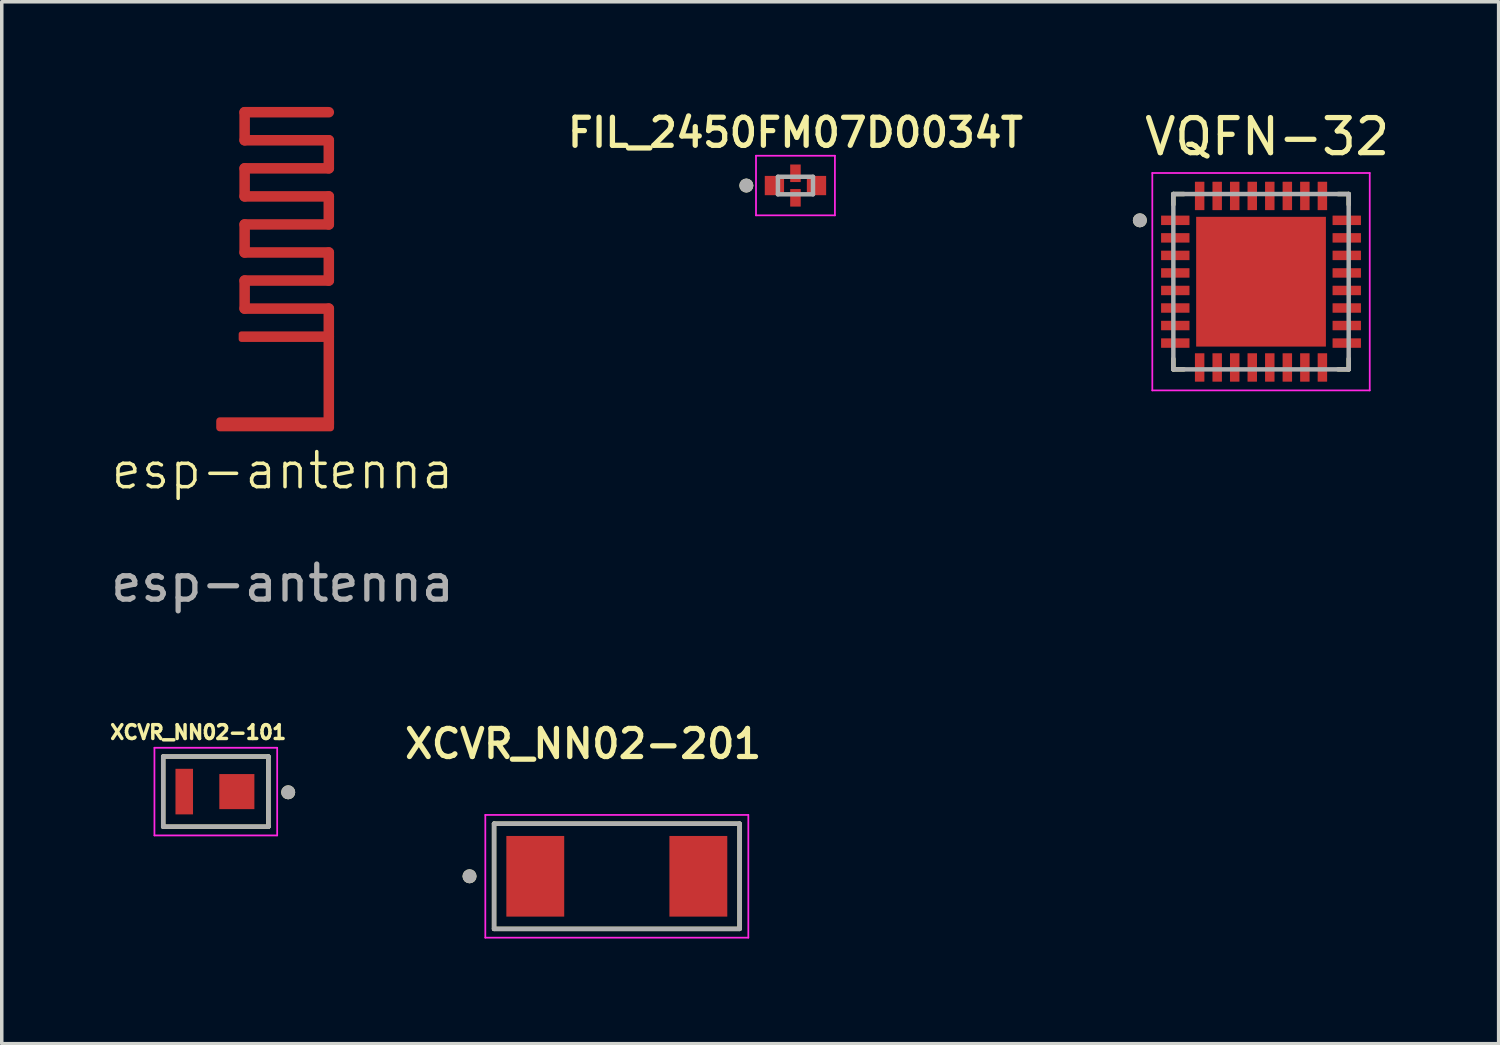
<source format=kicad_pcb>
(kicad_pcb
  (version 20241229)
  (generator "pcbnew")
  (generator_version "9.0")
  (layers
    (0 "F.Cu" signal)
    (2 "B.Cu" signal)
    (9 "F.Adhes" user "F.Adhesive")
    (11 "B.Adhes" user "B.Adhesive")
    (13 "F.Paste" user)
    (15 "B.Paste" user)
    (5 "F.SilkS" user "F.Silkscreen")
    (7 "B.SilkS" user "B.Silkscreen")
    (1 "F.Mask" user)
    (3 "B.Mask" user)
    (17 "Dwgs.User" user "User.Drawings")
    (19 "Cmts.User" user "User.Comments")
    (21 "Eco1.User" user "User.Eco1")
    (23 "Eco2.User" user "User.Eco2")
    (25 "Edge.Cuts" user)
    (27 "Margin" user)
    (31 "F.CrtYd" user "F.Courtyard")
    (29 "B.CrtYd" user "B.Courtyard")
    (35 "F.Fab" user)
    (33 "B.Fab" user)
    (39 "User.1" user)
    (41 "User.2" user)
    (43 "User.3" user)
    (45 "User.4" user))
  (footprint "FIL_2450FM07D0034T"
    (layer "F.Cu")
    (at 19.633 2.241)
    (property "Reference" "FIL_2450FM07D0034T" (at 0 -1.51 0) (layer "F.SilkS") (effects (font (size 0.8 0.8) (thickness 0.15))))
    (attr smd)
    (fp_circle (center -1.4 0) (end -1.3 0) (stroke (width 0.2) (type solid)) (fill no) (layer "F.SilkS"))
    (fp_line (start -1.125 -0.85) (end -1.125 0.85) (stroke (width 0.05) (type solid)) (layer "F.CrtYd"))
    (fp_line (start -1.125 0.85) (end 1.125 0.85) (stroke (width 0.05) (type solid)) (layer "F.CrtYd"))
    (fp_line (start 1.125 -0.85) (end -1.125 -0.85) (stroke (width 0.05) (type solid)) (layer "F.CrtYd"))
    (fp_line (start 1.125 0.85) (end 1.125 -0.85) (stroke (width 0.05) (type solid)) (layer "F.CrtYd"))
    (fp_line (start -0.5 -0.25) (end -0.5 0.25) (stroke (width 0.127) (type solid)) (layer "F.Fab"))
    (fp_line (start -0.5 0.25) (end 0.5 0.25) (stroke (width 0.127) (type solid)) (layer "F.Fab"))
    (fp_line (start 0.5 -0.25) (end -0.5 -0.25) (stroke (width 0.127) (type solid)) (layer "F.Fab"))
    (fp_line (start 0.5 0.25) (end 0.5 -0.25) (stroke (width 0.127) (type solid)) (layer "F.Fab"))
    (fp_circle (center -1.4 0) (end -1.3 0) (stroke (width 0.2) (type solid)) (fill no) (layer "F.Fab"))
    (pad "1" smd rect (at -0.6 0) (size 0.55 0.55) (layers "F.Cu" "F.Mask" "F.Paste"))
    (pad "2" smd rect (at 0 0.35) (size 0.3 0.5) (layers "F.Cu" "F.Mask" "F.Paste"))
    (pad "3" smd rect (at 0.6 0) (size 0.55 0.55) (layers "F.Cu" "F.Mask" "F.Paste"))
    (pad "4" smd rect (at 0 -0.35) (size 0.3 0.5) (layers "F.Cu" "F.Mask" "F.Paste")))
  (footprint "esp-antenna"
    (layer "F.Cu")
    (at 4.986 4.57)
    (property "Reference" "esp-antenna" (at 0.02 5.8 0) (unlocked yes) (layer "F.SilkS") (effects (font (size 1 1) (thickness 0.1))))
    (attr smd)
    (fp_line (start -1.06 -4.42) (end -1.06 -3.62) (stroke (width 0.3) (type default)) (layer "F.Cu"))
    (fp_line (start -1.06 -4.42) (end 1.34 -4.42) (stroke (width 0.3) (type default)) (layer "F.Cu"))
    (fp_line (start -1.06 -3.62) (end 1.34 -3.62) (stroke (width 0.3) (type default)) (layer "F.Cu"))
    (fp_line (start -1.06 -2.82) (end -1.06 -2.02) (stroke (width 0.3) (type default)) (layer "F.Cu"))
    (fp_line (start -1.06 -2.02) (end 1.34 -2.02) (stroke (width 0.3) (type default)) (layer "F.Cu"))
    (fp_line (start -1.06 -1.22) (end -1.06 -0.42) (stroke (width 0.3) (type default)) (layer "F.Cu"))
    (fp_line (start -1.06 -0.42) (end 1.34 -0.42) (stroke (width 0.3) (type default)) (layer "F.Cu"))
    (fp_line (start -1.06 0.38) (end -1.06 1.18) (stroke (width 0.3) (type default)) (layer "F.Cu"))
    (fp_line (start -1.06 1.18) (end 1.34 1.18) (stroke (width 0.3) (type default)) (layer "F.Cu"))
    (fp_line (start 1.34 -3.62) (end 1.34 -2.82) (stroke (width 0.3) (type default)) (layer "F.Cu"))
    (fp_line (start 1.34 -2.82) (end -1.06 -2.82) (stroke (width 0.3) (type default)) (layer "F.Cu"))
    (fp_line (start 1.34 -2.02) (end 1.34 -1.22) (stroke (width 0.3) (type default)) (layer "F.Cu"))
    (fp_line (start 1.34 -1.22) (end -1.06 -1.22) (stroke (width 0.3) (type default)) (layer "F.Cu"))
    (fp_line (start 1.34 -0.42) (end 1.34 0.38) (stroke (width 0.3) (type default)) (layer "F.Cu"))
    (fp_line (start 1.34 0.38) (end -1.06 0.38) (stroke (width 0.3) (type default)) (layer "F.Cu"))
    (fp_line (start 1.34 1.18) (end 1.34 1.98) (stroke (width 0.3) (type default)) (layer "F.Cu"))
    (fp_line (start 1.34 1.98) (end 1.34 4.48) (stroke (width 0.3) (type default)) (layer "F.Cu"))
    (fp_line (start -1.06 -4.42) (end -1.06 -3.62) (stroke (width 0.3) (type default)) (layer "F.Mask"))
    (fp_line (start -1.06 -4.42) (end 1.34 -4.42) (stroke (width 0.3) (type default)) (layer "F.Mask"))
    (fp_line (start -1.06 -3.62) (end 1.34 -3.62) (stroke (width 0.3) (type default)) (layer "F.Mask"))
    (fp_line (start -1.06 -2.82) (end -1.06 -2.02) (stroke (width 0.3) (type default)) (layer "F.Mask"))
    (fp_line (start -1.06 -2.02) (end 1.34 -2.02) (stroke (width 0.3) (type default)) (layer "F.Mask"))
    (fp_line (start -1.06 -1.22) (end -1.06 -0.42) (stroke (width 0.3) (type default)) (layer "F.Mask"))
    (fp_line (start -1.06 -0.42) (end 1.34 -0.42) (stroke (width 0.3) (type default)) (layer "F.Mask"))
    (fp_line (start -1.06 0.38) (end -1.06 1.18) (stroke (width 0.3) (type default)) (layer "F.Mask"))
    (fp_line (start -1.06 1.18) (end 1.34 1.18) (stroke (width 0.3) (type default)) (layer "F.Mask"))
    (fp_line (start 1.29 4.48) (end -1.54 4.48) (stroke (width 0.4) (type default)) (layer "F.Mask"))
    (fp_line (start 1.34 -3.62) (end 1.34 -2.82) (stroke (width 0.3) (type default)) (layer "F.Mask"))
    (fp_line (start 1.34 -2.82) (end -1.06 -2.82) (stroke (width 0.3) (type default)) (layer "F.Mask"))
    (fp_line (start 1.34 -2.02) (end 1.34 -1.22) (stroke (width 0.3) (type default)) (layer "F.Mask"))
    (fp_line (start 1.34 -1.22) (end -1.06 -1.22) (stroke (width 0.3) (type default)) (layer "F.Mask"))
    (fp_line (start 1.34 -0.42) (end 1.34 0.38) (stroke (width 0.3) (type default)) (layer "F.Mask"))
    (fp_line (start 1.34 0.38) (end -1.06 0.38) (stroke (width 0.3) (type default)) (layer "F.Mask"))
    (fp_line (start 1.34 1.18) (end 1.34 1.98) (stroke (width 0.3) (type default)) (layer "F.Mask"))
    (fp_line (start 1.34 1.98) (end -0.95 1.98) (stroke (width 0.3) (type default)) (layer "F.Mask"))
    (fp_line (start 1.34 1.98) (end 1.34 4.48) (stroke (width 0.3) (type default)) (layer "F.Mask"))
    (fp_text user "${REFERENCE}" (at 0.02 9.01 0) (unlocked yes) (layer "F.Fab") (effects (font (size 1 1) (thickness 0.15))))
    (pad "1" smd roundrect (at 0.04 1.98) (size 2.54 0.3) (layers "F.Cu" "F.Mask") (roundrect_rratio 0.25))
    (pad "2" smd roundrect (at -0.19 4.48) (size 3.36 0.4) (layers "F.Cu" "F.Mask") (roundrect_rratio 0.25)))
  (footprint "XCVR_NN02-201"
    (layer "F.Cu")
    (at 14.539 21.938)
    (property "Reference" "XCVR_NN02-201" (at -0.96 -3.778 0) (layer "F.SilkS") (effects (font (size 0.8 0.8) (thickness 0.15))))
    (attr smd)
    (fp_line (start -3.5 -1.5) (end -3.5 1.5) (stroke (width 0.127) (type solid)) (layer "F.SilkS"))
    (fp_line (start -3.5 -1.5) (end 3.5 -1.5) (stroke (width 0.127) (type solid)) (layer "F.SilkS"))
    (fp_line (start 3.5 -1.5) (end 3.5 1.5) (stroke (width 0.127) (type solid)) (layer "F.SilkS"))
    (fp_line (start 3.5 1.5) (end -3.5 1.5) (stroke (width 0.127) (type solid)) (layer "F.SilkS"))
    (fp_circle (center -4.2 0) (end -4.1 0) (stroke (width 0.2) (type solid)) (fill no) (layer "F.SilkS"))
    (fp_line (start -3.75 -1.75) (end 3.75 -1.75) (stroke (width 0.05) (type solid)) (layer "F.CrtYd"))
    (fp_line (start -3.75 1.75) (end -3.75 -1.75) (stroke (width 0.05) (type solid)) (layer "F.CrtYd"))
    (fp_line (start 3.75 -1.75) (end 3.75 1.75) (stroke (width 0.05) (type solid)) (layer "F.CrtYd"))
    (fp_line (start 3.75 1.75) (end -3.75 1.75) (stroke (width 0.05) (type solid)) (layer "F.CrtYd"))
    (fp_line (start -3.5 -1.5) (end -3.5 1.5) (stroke (width 0.127) (type solid)) (layer "F.Fab"))
    (fp_line (start -3.5 1.5) (end 3.5 1.5) (stroke (width 0.127) (type solid)) (layer "F.Fab"))
    (fp_line (start 3.5 -1.5) (end -3.5 -1.5) (stroke (width 0.127) (type solid)) (layer "F.Fab"))
    (fp_line (start 3.5 1.5) (end 3.5 -1.5) (stroke (width 0.127) (type solid)) (layer "F.Fab"))
    (fp_circle (center -4.2 0) (end -4.1 0) (stroke (width 0.2) (type solid)) (fill no) (layer "F.Fab"))
    (pad "1" smd rect (at -2.325 0) (size 1.65 2.3) (layers "F.Cu" "F.Mask" "F.Paste"))
    (pad "2" smd rect (at 2.325 0) (size 1.65 2.3) (layers "F.Cu" "F.Mask" "F.Paste"))
    (zone (net_name "") (layer "F.Cu") (hatch full 0.508) (connect_pads) (min_thickness 0.01) (filled_areas_thickness no) (keepout (tracks not_allowed) (vias not_allowed) (pads not_allowed) (copperpour not_allowed) (footprints allowed)) (placement (enabled no)) (fill) (polygon (pts (xy 16.039 23.438) (xy 13.039 23.438) (xy 13.039 20.438) (xy 16.039 20.438))))
    (zone (net_name "") (layers "F.Cu" "B.Cu") (hatch full 0.508) (connect_pads) (min_thickness 0.01) (filled_areas_thickness no) (keepout (tracks allowed) (vias not_allowed) (pads allowed) (copperpour allowed) (footprints allowed)) (placement (enabled no)) (fill) (polygon (pts (xy 16.039 23.438) (xy 13.039 23.438) (xy 13.039 20.438) (xy 16.039 20.438)))))
  (footprint "VQFN-32"
    (layer "F.Cu")
    (at 32.909 4.983)
    (property "Reference" "VQFN-32" (at 0.175 -4.135 0) (layer "F.SilkS") (effects (font (size 1 1) (thickness 0.15))))
    (attr smd)
    (fp_line (start -2.5 -2.5) (end -2.5 -2.2) (stroke (width 0.127) (type solid)) (layer "F.SilkS"))
    (fp_line (start -2.5 -2.5) (end -2.2 -2.5) (stroke (width 0.127) (type solid)) (layer "F.SilkS"))
    (fp_line (start -2.5 2.5) (end -2.5 2.2) (stroke (width 0.127) (type solid)) (layer "F.SilkS"))
    (fp_line (start -2.5 2.5) (end -2.2 2.5) (stroke (width 0.127) (type solid)) (layer "F.SilkS"))
    (fp_line (start 2.5 -2.5) (end 2.2 -2.5) (stroke (width 0.127) (type solid)) (layer "F.SilkS"))
    (fp_line (start 2.5 -2.5) (end 2.5 -2.2) (stroke (width 0.127) (type solid)) (layer "F.SilkS"))
    (fp_line (start 2.5 2.5) (end 2.2 2.5) (stroke (width 0.127) (type solid)) (layer "F.SilkS"))
    (fp_line (start 2.5 2.5) (end 2.5 2.2) (stroke (width 0.127) (type solid)) (layer "F.SilkS"))
    (fp_circle (center -3.455 -1.75) (end -3.355 -1.75) (stroke (width 0.2) (type solid)) (fill no) (layer "F.SilkS"))
    (fp_poly (pts (xy -1.17 -1.17) (xy 1.17 -1.17) (xy 1.17 1.17) (xy -1.17 1.17)) (stroke (width 0.01) (type solid)) (fill yes) (layer "F.Paste"))
    (fp_line (start -3.1 -3.1) (end 3.1 -3.1) (stroke (width 0.05) (type solid)) (layer "F.CrtYd"))
    (fp_line (start -3.1 3.1) (end -3.1 -3.1) (stroke (width 0.05) (type solid)) (layer "F.CrtYd"))
    (fp_line (start -3.1 3.1) (end 3.1 3.1) (stroke (width 0.05) (type solid)) (layer "F.CrtYd"))
    (fp_line (start 3.1 3.1) (end 3.1 -3.1) (stroke (width 0.05) (type solid)) (layer "F.CrtYd"))
    (fp_line (start -2.5 2.5) (end -2.5 -2.5) (stroke (width 0.127) (type solid)) (layer "F.Fab"))
    (fp_line (start 2.5 -2.5) (end -2.5 -2.5) (stroke (width 0.127) (type solid)) (layer "F.Fab"))
    (fp_line (start 2.5 2.5) (end -2.5 2.5) (stroke (width 0.127) (type solid)) (layer "F.Fab"))
    (fp_line (start 2.5 2.5) (end 2.5 -2.5) (stroke (width 0.127) (type solid)) (layer "F.Fab"))
    (fp_circle (center -3.455 -1.75) (end -3.355 -1.75) (stroke (width 0.2) (type solid)) (fill no) (layer "F.Fab"))
    (pad "1" smd roundrect (at -2.445 -1.75) (size 0.81 0.27) (layers "F.Cu" "F.Mask" "F.Paste") (roundrect_rratio 0.03))
    (pad "2" smd roundrect (at -2.445 -1.25) (size 0.81 0.27) (layers "F.Cu" "F.Mask" "F.Paste") (roundrect_rratio 0.03))
    (pad "3" smd roundrect (at -2.445 -0.75) (size 0.81 0.27) (layers "F.Cu" "F.Mask" "F.Paste") (roundrect_rratio 0.03))
    (pad "4" smd roundrect (at -2.445 -0.25) (size 0.81 0.27) (layers "F.Cu" "F.Mask" "F.Paste") (roundrect_rratio 0.03))
    (pad "5" smd roundrect (at -2.445 0.25) (size 0.81 0.27) (layers "F.Cu" "F.Mask" "F.Paste") (roundrect_rratio 0.03))
    (pad "6" smd roundrect (at -2.445 0.75) (size 0.81 0.27) (layers "F.Cu" "F.Mask" "F.Paste") (roundrect_rratio 0.03))
    (pad "7" smd roundrect (at -2.445 1.25) (size 0.81 0.27) (layers "F.Cu" "F.Mask" "F.Paste") (roundrect_rratio 0.03))
    (pad "8" smd roundrect (at -2.445 1.75) (size 0.81 0.27) (layers "F.Cu" "F.Mask" "F.Paste") (roundrect_rratio 0.03))
    (pad "9" smd roundrect (at -1.75 2.445 90) (size 0.81 0.27) (layers "F.Cu" "F.Mask" "F.Paste") (roundrect_rratio 0.03))
    (pad "10" smd roundrect (at -1.25 2.445 90) (size 0.81 0.27) (layers "F.Cu" "F.Mask" "F.Paste") (roundrect_rratio 0.03))
    (pad "11" smd roundrect (at -0.75 2.445 90) (size 0.81 0.27) (layers "F.Cu" "F.Mask" "F.Paste") (roundrect_rratio 0.03))
    (pad "12" smd roundrect (at -0.25 2.445 90) (size 0.81 0.27) (layers "F.Cu" "F.Mask" "F.Paste") (roundrect_rratio 0.03))
    (pad "13" smd roundrect (at 0.25 2.445 90) (size 0.81 0.27) (layers "F.Cu" "F.Mask" "F.Paste") (roundrect_rratio 0.03))
    (pad "14" smd roundrect (at 0.75 2.445 90) (size 0.81 0.27) (layers "F.Cu" "F.Mask" "F.Paste") (roundrect_rratio 0.03))
    (pad "15" smd roundrect (at 1.25 2.445 90) (size 0.81 0.27) (layers "F.Cu" "F.Mask" "F.Paste") (roundrect_rratio 0.03))
    (pad "16" smd roundrect (at 1.75 2.445 90) (size 0.81 0.27) (layers "F.Cu" "F.Mask" "F.Paste") (roundrect_rratio 0.03))
    (pad "17" smd roundrect (at 2.445 1.75) (size 0.81 0.27) (layers "F.Cu" "F.Mask" "F.Paste") (roundrect_rratio 0.03))
    (pad "18" smd roundrect (at 2.445 1.25) (size 0.81 0.27) (layers "F.Cu" "F.Mask" "F.Paste") (roundrect_rratio 0.03))
    (pad "19" smd roundrect (at 2.445 0.75) (size 0.81 0.27) (layers "F.Cu" "F.Mask" "F.Paste") (roundrect_rratio 0.03))
    (pad "20" smd roundrect (at 2.445 0.25) (size 0.81 0.27) (layers "F.Cu" "F.Mask" "F.Paste") (roundrect_rratio 0.03))
    (pad "21" smd roundrect (at 2.445 -0.25) (size 0.81 0.27) (layers "F.Cu" "F.Mask" "F.Paste") (roundrect_rratio 0.03))
    (pad "22" smd roundrect (at 2.445 -0.75) (size 0.81 0.27) (layers "F.Cu" "F.Mask" "F.Paste") (roundrect_rratio 0.03))
    (pad "23" smd roundrect (at 2.445 -1.25) (size 0.81 0.27) (layers "F.Cu" "F.Mask" "F.Paste") (roundrect_rratio 0.03))
    (pad "24" smd roundrect (at 2.445 -1.75) (size 0.81 0.27) (layers "F.Cu" "F.Mask" "F.Paste") (roundrect_rratio 0.03))
    (pad "25" smd roundrect (at 1.75 -2.445 90) (size 0.81 0.27) (layers "F.Cu" "F.Mask" "F.Paste") (roundrect_rratio 0.03))
    (pad "26" smd roundrect (at 1.25 -2.445 90) (size 0.81 0.27) (layers "F.Cu" "F.Mask" "F.Paste") (roundrect_rratio 0.03))
    (pad "27" smd roundrect (at 0.75 -2.445 90) (size 0.81 0.27) (layers "F.Cu" "F.Mask" "F.Paste") (roundrect_rratio 0.03))
    (pad "28" smd roundrect (at 0.25 -2.445 90) (size 0.81 0.27) (layers "F.Cu" "F.Mask" "F.Paste") (roundrect_rratio 0.03))
    (pad "29" smd roundrect (at -0.25 -2.445 90) (size 0.81 0.27) (layers "F.Cu" "F.Mask" "F.Paste") (roundrect_rratio 0.03))
    (pad "30" smd roundrect (at -0.75 -2.445 90) (size 0.81 0.27) (layers "F.Cu" "F.Mask" "F.Paste") (roundrect_rratio 0.03))
    (pad "31" smd roundrect (at -1.25 -2.445 90) (size 0.81 0.27) (layers "F.Cu" "F.Mask" "F.Paste") (roundrect_rratio 0.03))
    (pad "32" smd roundrect (at -1.75 -2.445 90) (size 0.81 0.27) (layers "F.Cu" "F.Mask" "F.Paste") (roundrect_rratio 0.03))
    (pad "33" smd rect (at 0 0) (size 3.7 3.7) (layers "F.Cu" "F.Mask")))
  (footprint "XCVR_NN02-101"
    (layer "F.Cu")
    (at 3.104 19.523)
    (property "Reference" "XCVR_NN02-101" (at -0.502 -1.692 0) (layer "F.SilkS") (effects (font (size 0.394 0.394) (thickness 0.15))))
    (attr smd)
    (fp_line (start -1.5 1) (end -1.5 -1) (stroke (width 0.127) (type solid)) (layer "F.SilkS"))
    (fp_line (start 1.5 -1) (end -1.5 -1) (stroke (width 0.127) (type solid)) (layer "F.SilkS"))
    (fp_line (start 1.5 1) (end -1.5 1) (stroke (width 0.127) (type solid)) (layer "F.SilkS"))
    (fp_line (start 1.5 1) (end 1.5 -1) (stroke (width 0.127) (type solid)) (layer "F.SilkS"))
    (fp_circle (center 2.064 0.02) (end 2.164 0.02) (stroke (width 0.2) (type solid)) (fill no) (layer "F.SilkS"))
    (fp_line (start -1.75 -1.25) (end 1.75 -1.25) (stroke (width 0.05) (type solid)) (layer "F.CrtYd"))
    (fp_line (start -1.75 1.25) (end -1.75 -1.25) (stroke (width 0.05) (type solid)) (layer "F.CrtYd"))
    (fp_line (start -1.75 1.25) (end 1.75 1.25) (stroke (width 0.05) (type solid)) (layer "F.CrtYd"))
    (fp_line (start 1.75 1.25) (end 1.75 -1.25) (stroke (width 0.05) (type solid)) (layer "F.CrtYd"))
    (fp_line (start -1.5 1) (end -1.5 -1) (stroke (width 0.127) (type solid)) (layer "F.Fab"))
    (fp_line (start 1.5 -1) (end -1.5 -1) (stroke (width 0.127) (type solid)) (layer "F.Fab"))
    (fp_line (start 1.5 1) (end -1.5 1) (stroke (width 0.127) (type solid)) (layer "F.Fab"))
    (fp_line (start 1.5 1) (end 1.5 -1) (stroke (width 0.127) (type solid)) (layer "F.Fab"))
    (fp_circle (center 2.064 0.02) (end 2.164 0.02) (stroke (width 0.2) (type solid)) (fill no) (layer "F.Fab"))
    (pad "1" smd rect (at 0.6 0) (size 1 1) (layers "F.Cu" "F.Mask" "F.Paste"))
    (pad "2" smd rect (at -0.9 0) (size 0.5 1.3) (layers "F.Cu" "F.Mask" "F.Paste"))
    (zone (net_name "") (layer "F.Cu") (hatch full 0.508) (connect_pads) (min_thickness 0.01) (filled_areas_thickness no) (keepout (tracks not_allowed) (vias not_allowed) (pads not_allowed) (copperpour not_allowed) (footprints allowed)) (placement (enabled no)) (fill) (polygon (pts (xy 2.454 20.523) (xy 1.954 20.523) (xy 1.954 20.173) (xy 2.454 20.173))))
    (zone (net_name "") (layer "F.Cu") (hatch full 0.508) (connect_pads) (min_thickness 0.01) (filled_areas_thickness no) (keepout (tracks not_allowed) (vias not_allowed) (pads not_allowed) (copperpour not_allowed) (footprints allowed)) (placement (enabled no)) (fill) (polygon (pts (xy 4.204 18.523) (xy 4.204 20.523) (xy 4.604 20.523) (xy 4.604 18.523))))
    (zone (net_name "") (layer "F.Cu") (hatch full 0.508) (connect_pads) (min_thickness 0.01) (filled_areas_thickness no) (keepout (tracks not_allowed) (vias not_allowed) (pads not_allowed) (copperpour not_allowed) (footprints allowed)) (placement (enabled no)) (fill) (polygon (pts (xy 1.954 20.523) (xy 1.604 20.523) (xy 1.604 18.523) (xy 3.204 18.523) (xy 3.204 20.523) (xy 2.454 20.523) (xy 2.454 18.873) (xy 1.954 18.873))))
    (zone (net_name "") (layers "F.Cu" "B.Cu") (hatch full 0.508) (connect_pads) (min_thickness 0.01) (filled_areas_thickness no) (keepout (tracks allowed) (vias not_allowed) (pads allowed) (copperpour allowed) (footprints allowed)) (placement (enabled no)) (fill) (polygon (pts (xy 2.454 20.523) (xy 1.954 20.523) (xy 1.954 20.173) (xy 2.454 20.173))))
    (zone (net_name "") (layers "F.Cu" "B.Cu") (hatch full 0.508) (connect_pads) (min_thickness 0.01) (filled_areas_thickness no) (keepout (tracks allowed) (vias not_allowed) (pads allowed) (copperpour allowed) (footprints allowed)) (placement (enabled no)) (fill) (polygon (pts (xy 4.204 18.523) (xy 4.204 20.523) (xy 4.604 20.523) (xy 4.604 18.523))))
    (zone (net_name "") (layers "F.Cu" "B.Cu") (hatch full 0.508) (connect_pads) (min_thickness 0.01) (filled_areas_thickness no) (keepout (tracks allowed) (vias not_allowed) (pads allowed) (copperpour allowed) (footprints allowed)) (placement (enabled no)) (fill) (polygon (pts (xy 1.954 20.523) (xy 1.604 20.523) (xy 1.604 18.523) (xy 3.204 18.523) (xy 3.204 20.523) (xy 2.454 20.523) (xy 2.454 18.873) (xy 1.954 18.873)))))
  (gr_rect
    (start -3 -3)
    (end 39.685 26.712)
    (stroke (width 0.1) (type default))
    (fill no)
    (layer "Edge.Cuts")))
</source>
